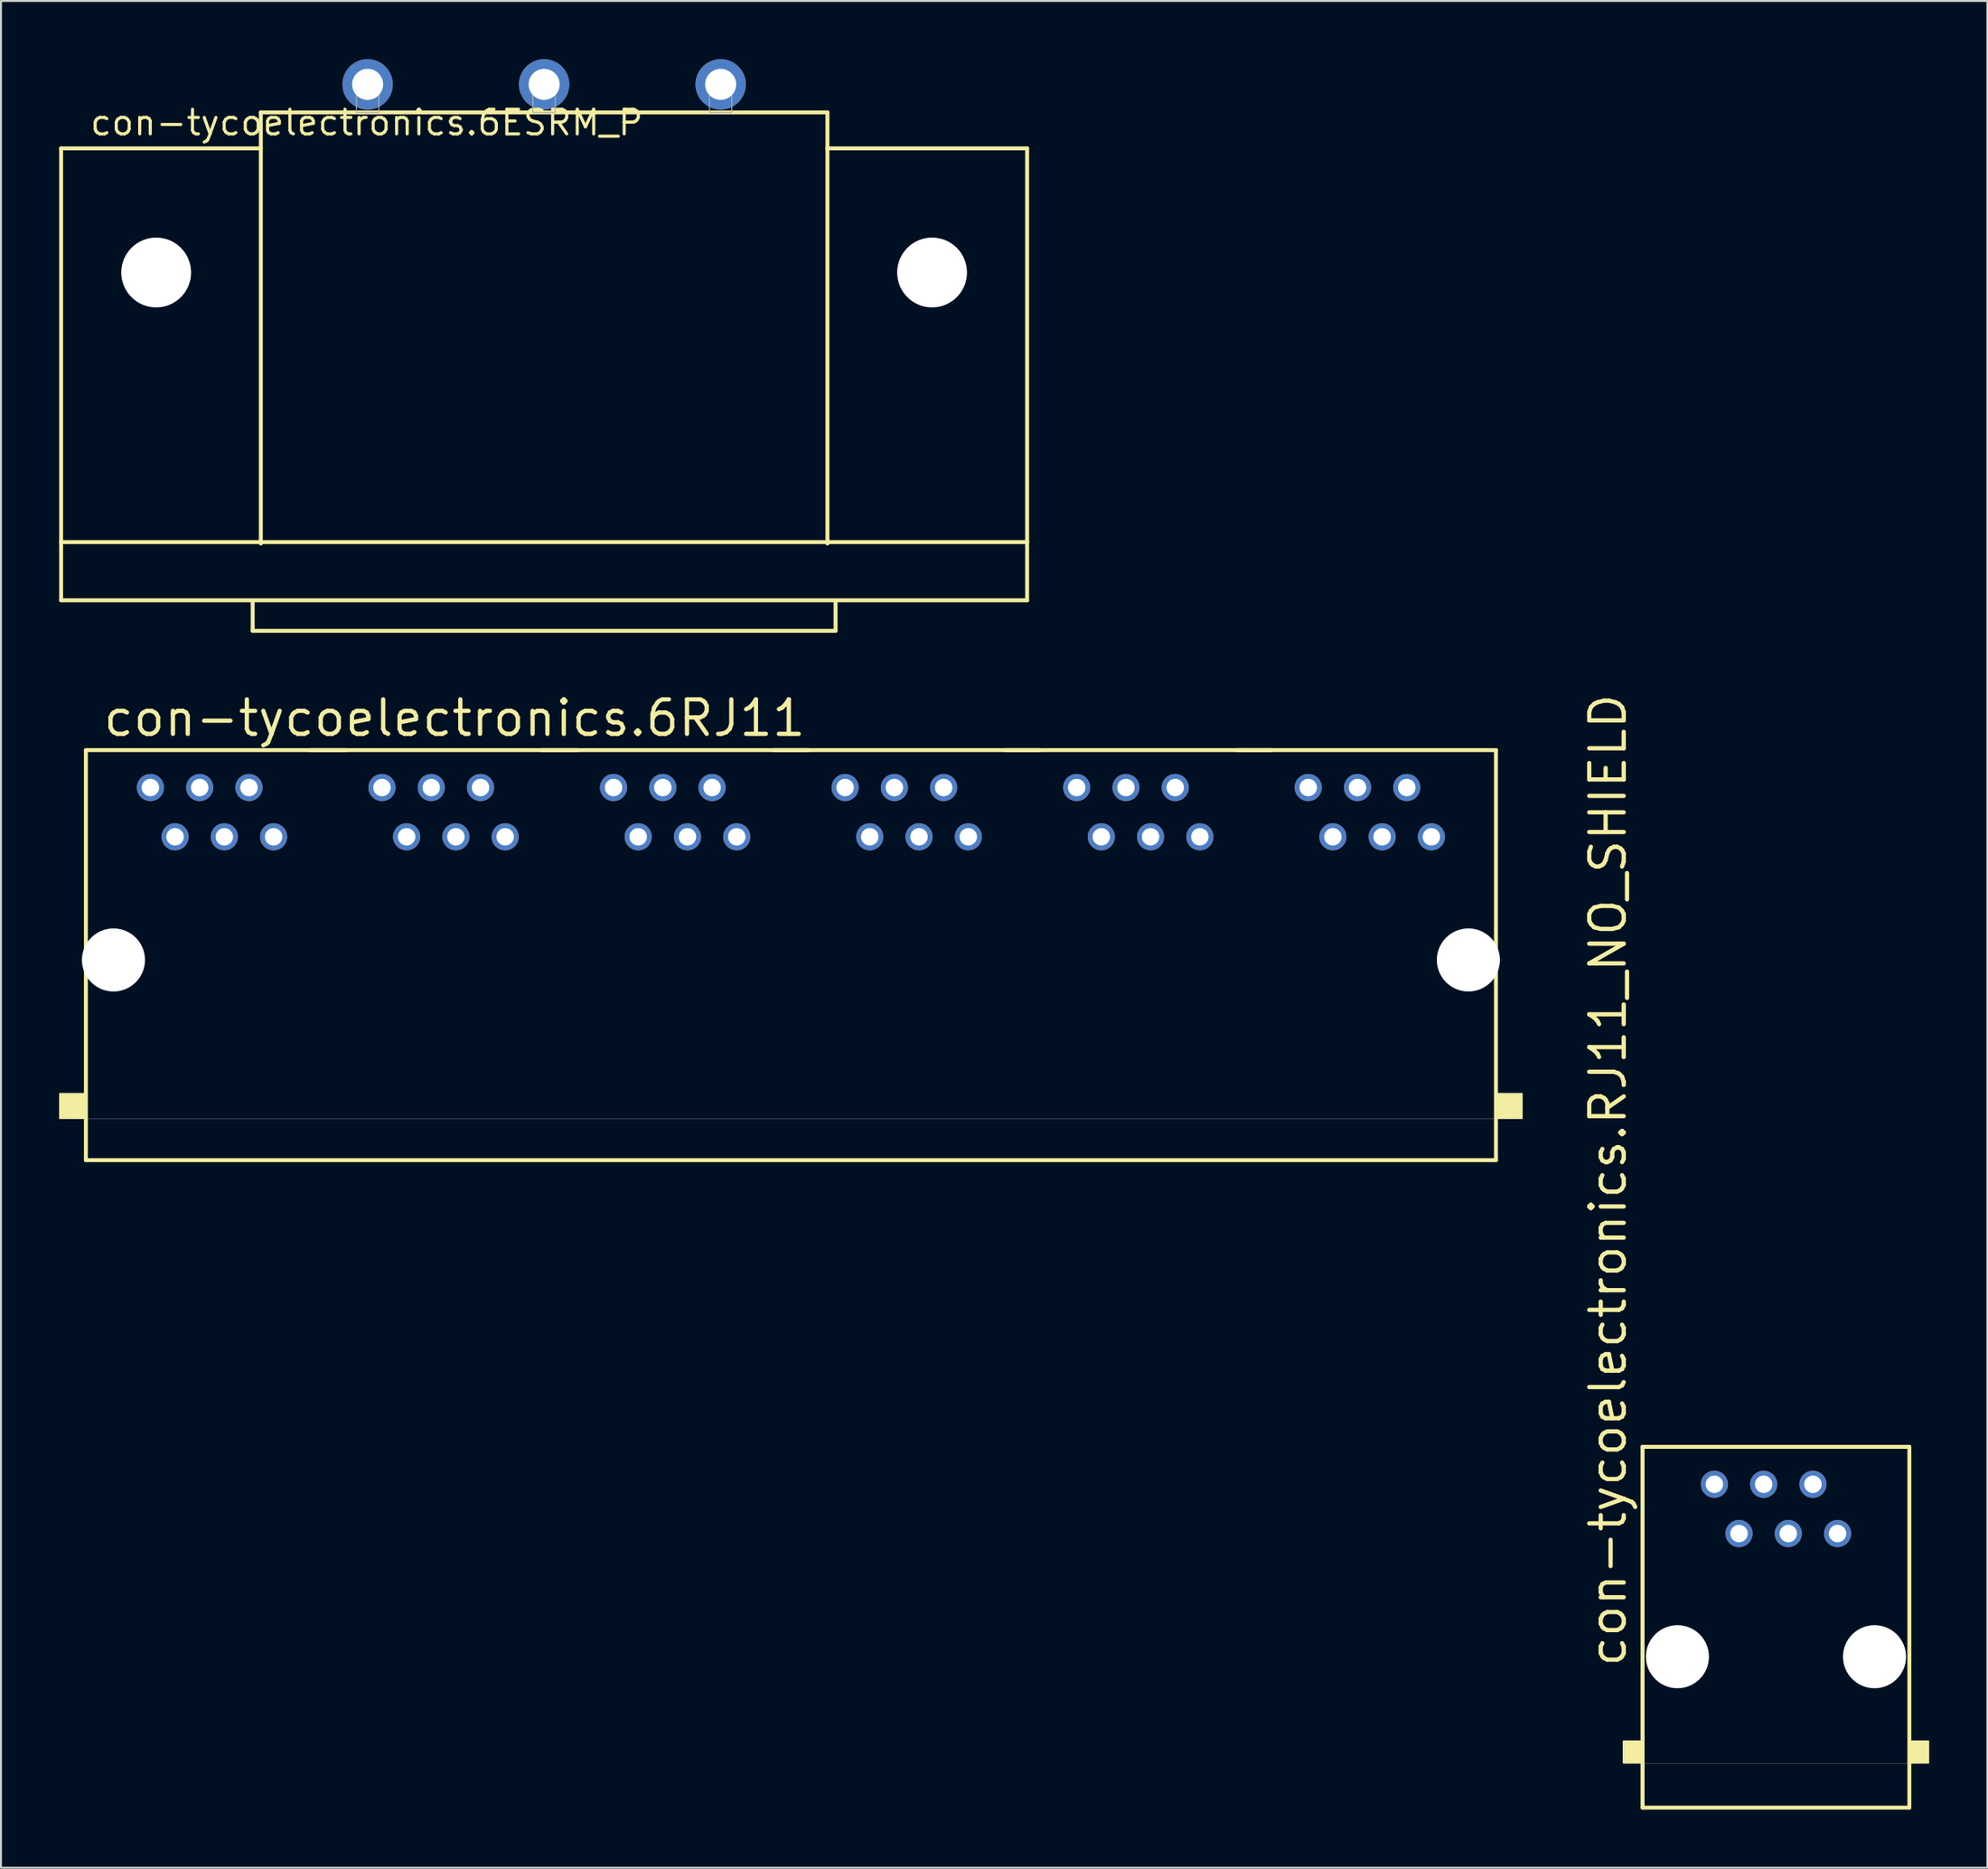
<source format=kicad_pcb>
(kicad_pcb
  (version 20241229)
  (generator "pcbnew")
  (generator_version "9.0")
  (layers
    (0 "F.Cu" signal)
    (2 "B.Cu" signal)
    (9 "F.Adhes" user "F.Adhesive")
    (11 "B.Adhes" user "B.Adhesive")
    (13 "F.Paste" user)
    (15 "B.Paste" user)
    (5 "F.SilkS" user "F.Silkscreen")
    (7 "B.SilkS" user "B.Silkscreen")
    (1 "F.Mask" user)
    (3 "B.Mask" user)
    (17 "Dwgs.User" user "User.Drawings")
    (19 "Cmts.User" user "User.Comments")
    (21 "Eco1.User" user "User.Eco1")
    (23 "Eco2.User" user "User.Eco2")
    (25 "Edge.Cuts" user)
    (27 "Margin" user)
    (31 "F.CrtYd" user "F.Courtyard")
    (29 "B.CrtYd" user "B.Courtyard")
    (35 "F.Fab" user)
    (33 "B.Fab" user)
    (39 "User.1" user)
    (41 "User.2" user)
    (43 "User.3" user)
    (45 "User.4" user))
  (footprint "con-tycoelectronics.6ESRM_P"
    (layer "F.Cu")
    (at 25.002 11)
    (property "Reference" "con-tycoelectronics.6ESRM_P" (at -23.495 -6.985 0) (layer "F.SilkS") (effects (font (size 1.27 1.27) (thickness 0.16)) (justify left bottom)))
    (attr through_hole)
    (fp_line (start -24.9 -6.4) (end -14.605 -6.4) (stroke (width 0.203) (type default)) (layer "F.SilkS"))
    (fp_line (start -24.9 13.9) (end -24.9 -6.4) (stroke (width 0.203) (type default)) (layer "F.SilkS"))
    (fp_line (start -24.9 13.9) (end -24.9 16.9) (stroke (width 0.203) (type default)) (layer "F.SilkS"))
    (fp_line (start -24.9 16.9) (end 24.9 16.9) (stroke (width 0.203) (type default)) (layer "F.SilkS"))
    (fp_line (start -15.025 16.95) (end -15.025 18.475) (stroke (width 0.203) (type default)) (layer "F.SilkS"))
    (fp_line (start -15.025 18.475) (end 15.025 18.475) (stroke (width 0.203) (type default)) (layer "F.SilkS"))
    (fp_line (start -14.605 -8.255) (end -14.605 -6.4) (stroke (width 0.203) (type default)) (layer "F.SilkS"))
    (fp_line (start -14.605 -8.255) (end 14.605 -8.255) (stroke (width 0.203) (type default)) (layer "F.SilkS"))
    (fp_line (start -14.605 -6.4) (end -14.605 13.97) (stroke (width 0.203) (type default)) (layer "F.SilkS"))
    (fp_line (start 14.605 -8.255) (end 14.605 -6.4) (stroke (width 0.203) (type default)) (layer "F.SilkS"))
    (fp_line (start 14.605 -6.4) (end 14.605 13.97) (stroke (width 0.203) (type default)) (layer "F.SilkS"))
    (fp_line (start 14.605 -6.4) (end 24.9 -6.4) (stroke (width 0.203) (type default)) (layer "F.SilkS"))
    (fp_line (start 15.025 18.475) (end 15.025 16.975) (stroke (width 0.203) (type default)) (layer "F.SilkS"))
    (fp_line (start 24.9 -6.4) (end 24.9 13.9) (stroke (width 0.203) (type default)) (layer "F.SilkS"))
    (fp_line (start 24.9 13.9) (end -24.9 13.9) (stroke (width 0.203) (type default)) (layer "F.SilkS"))
    (fp_line (start 24.9 16.9) (end 24.9 13.9) (stroke (width 0.203) (type default)) (layer "F.SilkS"))
    (fp_rect (start -9.675 -8.25) (end -8.525 -10.175) (stroke (width 0.05) (type default)) (fill no) (layer "F.Fab"))
    (fp_rect (start -0.575 -8.25) (end 0.575 -10.175) (stroke (width 0.05) (type default)) (fill no) (layer "F.Fab"))
    (fp_rect (start 8.525 -8.25) (end 9.675 -10.175) (stroke (width 0.05) (type default)) (fill no) (layer "F.Fab"))
    (pad "" np_thru_hole circle (at -20 0) (size 3.6 3.6) (drill 3.6) (layers "*.Cu" "*.Mask"))
    (pad "" np_thru_hole circle (at 20 0) (size 3.6 3.6) (drill 3.6) (layers "*.Cu" "*.Mask"))
    (pad "1" thru_hole circle (at -9.1 -9.7) (size 2.6 2.6) (drill 1.6) (layers "*.Cu" "*.Mask"))
    (pad "2" thru_hole circle (at 0 -9.7) (size 2.6 2.6) (drill 1.6) (layers "*.Cu" "*.Mask"))
    (pad "3" thru_hole circle (at 9.1 -9.7) (size 2.6 2.6) (drill 1.6) (layers "*.Cu" "*.Mask")))
  (footprint "con-tycoelectronics.6RJ11"
    (layer "F.Cu")
    (at 37.725 46.445)
    (property "Reference" "con-tycoelectronics.6RJ11" (at -35.56 -11.43 0) (layer "F.SilkS") (effects (font (size 1.778 1.778) (thickness 0.22)) (justify left bottom)))
    (attr through_hole)
    (fp_line (start -36.347 -10.819) (end -22.968 -10.819) (stroke (width 0.203) (type default)) (layer "F.SilkS"))
    (fp_line (start -36.347 10.322) (end -36.347 -10.819) (stroke (width 0.203) (type default)) (layer "F.SilkS"))
    (fp_line (start -24.784 -10.819) (end -11.03 -10.819) (stroke (width 0.203) (type default)) (layer "F.SilkS"))
    (fp_line (start -12.846 -10.819) (end 0.908 -10.819) (stroke (width 0.203) (type default)) (layer "F.SilkS"))
    (fp_line (start -0.908 -10.819) (end 12.846 -10.819) (stroke (width 0.203) (type default)) (layer "F.SilkS"))
    (fp_line (start 11.03 -10.819) (end 24.784 -10.819) (stroke (width 0.203) (type default)) (layer "F.SilkS"))
    (fp_line (start 22.968 -10.819) (end 36.347 -10.819) (stroke (width 0.203) (type default)) (layer "F.SilkS"))
    (fp_line (start 36.347 -10.819) (end 36.347 10.322) (stroke (width 0.203) (type default)) (layer "F.SilkS"))
    (fp_line (start 36.347 10.322) (end -36.347 10.322) (stroke (width 0.203) (type default)) (layer "F.SilkS"))
    (fp_rect (start -37.7 8.175) (end -36.42 6.882) (stroke (width 0.05) (type default)) (fill yes) (layer "F.SilkS"))
    (fp_rect (start 36.42 8.175) (end 37.7 6.882) (stroke (width 0.05) (type default)) (fill yes) (layer "F.SilkS"))
    (fp_line (start 37.148 8.18) (end -37.148 8.18) (stroke (width 0.01) (type default)) (layer "Edge.Cuts"))
    (pad "" np_thru_hole circle (at -34.925 0) (size 3.251 3.251) (drill 3.251) (layers "*.Cu" "*.Mask"))
    (pad "" np_thru_hole circle (at 34.925 0) (size 3.251 3.251) (drill 3.251) (layers "*.Cu" "*.Mask"))
    (pad "1-1" thru_hole circle (at -33.02 -8.89) (size 1.4 1.4) (drill 0.9) (layers "*.Cu" "*.Mask"))
    (pad "1-2" thru_hole circle (at -31.75 -6.35) (size 1.4 1.4) (drill 0.9) (layers "*.Cu" "*.Mask"))
    (pad "1-3" thru_hole circle (at -30.48 -8.89) (size 1.4 1.4) (drill 0.9) (layers "*.Cu" "*.Mask"))
    (pad "1-4" thru_hole circle (at -29.21 -6.35) (size 1.4 1.4) (drill 0.9) (layers "*.Cu" "*.Mask"))
    (pad "1-5" thru_hole circle (at -27.94 -8.89) (size 1.4 1.4) (drill 0.9) (layers "*.Cu" "*.Mask"))
    (pad "1-6" thru_hole circle (at -26.67 -6.35) (size 1.4 1.4) (drill 0.9) (layers "*.Cu" "*.Mask"))
    (pad "2-1" thru_hole circle (at -21.082 -8.89) (size 1.4 1.4) (drill 0.9) (layers "*.Cu" "*.Mask"))
    (pad "2-2" thru_hole circle (at -19.812 -6.35) (size 1.4 1.4) (drill 0.9) (layers "*.Cu" "*.Mask"))
    (pad "2-3" thru_hole circle (at -18.542 -8.89) (size 1.4 1.4) (drill 0.9) (layers "*.Cu" "*.Mask"))
    (pad "2-4" thru_hole circle (at -17.272 -6.35) (size 1.4 1.4) (drill 0.9) (layers "*.Cu" "*.Mask"))
    (pad "2-5" thru_hole circle (at -16.002 -8.89) (size 1.4 1.4) (drill 0.9) (layers "*.Cu" "*.Mask"))
    (pad "2-6" thru_hole circle (at -14.732 -6.35) (size 1.4 1.4) (drill 0.9) (layers "*.Cu" "*.Mask"))
    (pad "3-1" thru_hole circle (at -9.144 -8.89) (size 1.4 1.4) (drill 0.9) (layers "*.Cu" "*.Mask"))
    (pad "3-2" thru_hole circle (at -7.874 -6.35) (size 1.4 1.4) (drill 0.9) (layers "*.Cu" "*.Mask"))
    (pad "3-3" thru_hole circle (at -6.604 -8.89) (size 1.4 1.4) (drill 0.9) (layers "*.Cu" "*.Mask"))
    (pad "3-4" thru_hole circle (at -5.334 -6.35) (size 1.4 1.4) (drill 0.9) (layers "*.Cu" "*.Mask"))
    (pad "3-5" thru_hole circle (at -4.064 -8.89) (size 1.4 1.4) (drill 0.9) (layers "*.Cu" "*.Mask"))
    (pad "3-6" thru_hole circle (at -2.794 -6.35) (size 1.4 1.4) (drill 0.9) (layers "*.Cu" "*.Mask"))
    (pad "4-1" thru_hole circle (at 2.794 -8.89) (size 1.4 1.4) (drill 0.9) (layers "*.Cu" "*.Mask"))
    (pad "4-2" thru_hole circle (at 4.064 -6.35) (size 1.4 1.4) (drill 0.9) (layers "*.Cu" "*.Mask"))
    (pad "4-3" thru_hole circle (at 5.334 -8.89) (size 1.4 1.4) (drill 0.9) (layers "*.Cu" "*.Mask"))
    (pad "4-4" thru_hole circle (at 6.604 -6.35) (size 1.4 1.4) (drill 0.9) (layers "*.Cu" "*.Mask"))
    (pad "4-5" thru_hole circle (at 7.874 -8.89) (size 1.4 1.4) (drill 0.9) (layers "*.Cu" "*.Mask"))
    (pad "4-6" thru_hole circle (at 9.144 -6.35) (size 1.4 1.4) (drill 0.9) (layers "*.Cu" "*.Mask"))
    (pad "5-1" thru_hole circle (at 14.732 -8.89) (size 1.4 1.4) (drill 0.9) (layers "*.Cu" "*.Mask"))
    (pad "5-2" thru_hole circle (at 16.002 -6.35) (size 1.4 1.4) (drill 0.9) (layers "*.Cu" "*.Mask"))
    (pad "5-3" thru_hole circle (at 17.272 -8.89) (size 1.4 1.4) (drill 0.9) (layers "*.Cu" "*.Mask"))
    (pad "5-4" thru_hole circle (at 18.542 -6.35) (size 1.4 1.4) (drill 0.9) (layers "*.Cu" "*.Mask"))
    (pad "5-5" thru_hole circle (at 19.812 -8.89) (size 1.4 1.4) (drill 0.9) (layers "*.Cu" "*.Mask"))
    (pad "5-6" thru_hole circle (at 21.082 -6.35) (size 1.4 1.4) (drill 0.9) (layers "*.Cu" "*.Mask"))
    (pad "6-1" thru_hole circle (at 26.67 -8.89) (size 1.4 1.4) (drill 0.9) (layers "*.Cu" "*.Mask"))
    (pad "6-2" thru_hole circle (at 27.94 -6.35) (size 1.4 1.4) (drill 0.9) (layers "*.Cu" "*.Mask"))
    (pad "6-3" thru_hole circle (at 29.21 -8.89) (size 1.4 1.4) (drill 0.9) (layers "*.Cu" "*.Mask"))
    (pad "6-4" thru_hole circle (at 30.48 -6.35) (size 1.4 1.4) (drill 0.9) (layers "*.Cu" "*.Mask"))
    (pad "6-5" thru_hole circle (at 31.75 -8.89) (size 1.4 1.4) (drill 0.9) (layers "*.Cu" "*.Mask"))
    (pad "6-6" thru_hole circle (at 33.02 -6.35) (size 1.4 1.4) (drill 0.9) (layers "*.Cu" "*.Mask")))
  (footprint "con-tycoelectronics.RJ11_NO_SHIELD"
    (layer "F.Cu")
    (at 88.508 82.369)
    (property "Reference" "con-tycoelectronics.RJ11_NO_SHIELD" (at -7.62 0.635 90) (layer "F.SilkS") (effects (font (size 1.778 1.778) (thickness 0.22)) (justify left bottom)))
    (attr through_hole)
    (fp_line (start -6.877 -10.819) (end 6.877 -10.819) (stroke (width 0.203) (type default)) (layer "F.SilkS"))
    (fp_line (start -6.877 7.782) (end -6.877 -10.819) (stroke (width 0.203) (type default)) (layer "F.SilkS"))
    (fp_line (start 6.877 -10.819) (end 6.877 7.782) (stroke (width 0.203) (type default)) (layer "F.SilkS"))
    (fp_line (start 6.877 7.782) (end -6.877 7.782) (stroke (width 0.203) (type default)) (layer "F.SilkS"))
    (fp_rect (start -7.875 5.485) (end -6.95 4.342) (stroke (width 0.05) (type default)) (fill yes) (layer "F.SilkS"))
    (fp_rect (start 6.95 5.485) (end 7.875 4.342) (stroke (width 0.05) (type default)) (fill yes) (layer "F.SilkS"))
    (fp_line (start 7.811 5.51) (end -7.811 5.51) (stroke (width 0.01) (type default)) (layer "Edge.Cuts"))
    (pad "" np_thru_hole circle (at -5.08 0) (size 3.251 3.251) (drill 3.251) (layers "*.Cu" "*.Mask"))
    (pad "" np_thru_hole circle (at 5.08 0) (size 3.251 3.251) (drill 3.251) (layers "*.Cu" "*.Mask"))
    (pad "1" thru_hole circle (at -3.175 -8.89) (size 1.4 1.4) (drill 0.9) (layers "*.Cu" "*.Mask"))
    (pad "2" thru_hole circle (at -1.905 -6.35) (size 1.4 1.4) (drill 0.9) (layers "*.Cu" "*.Mask"))
    (pad "3" thru_hole circle (at -0.635 -8.89) (size 1.4 1.4) (drill 0.9) (layers "*.Cu" "*.Mask"))
    (pad "4" thru_hole circle (at 0.635 -6.35) (size 1.4 1.4) (drill 0.9) (layers "*.Cu" "*.Mask"))
    (pad "5" thru_hole circle (at 1.905 -8.89) (size 1.4 1.4) (drill 0.9) (layers "*.Cu" "*.Mask"))
    (pad "6" thru_hole circle (at 3.175 -6.35) (size 1.4 1.4) (drill 0.9) (layers "*.Cu" "*.Mask")))
  (gr_rect
    (start -3 -3)
    (end 99.408 93.252)
    (stroke (width 0.1) (type default))
    (fill no)
    (layer "Edge.Cuts")))
</source>
